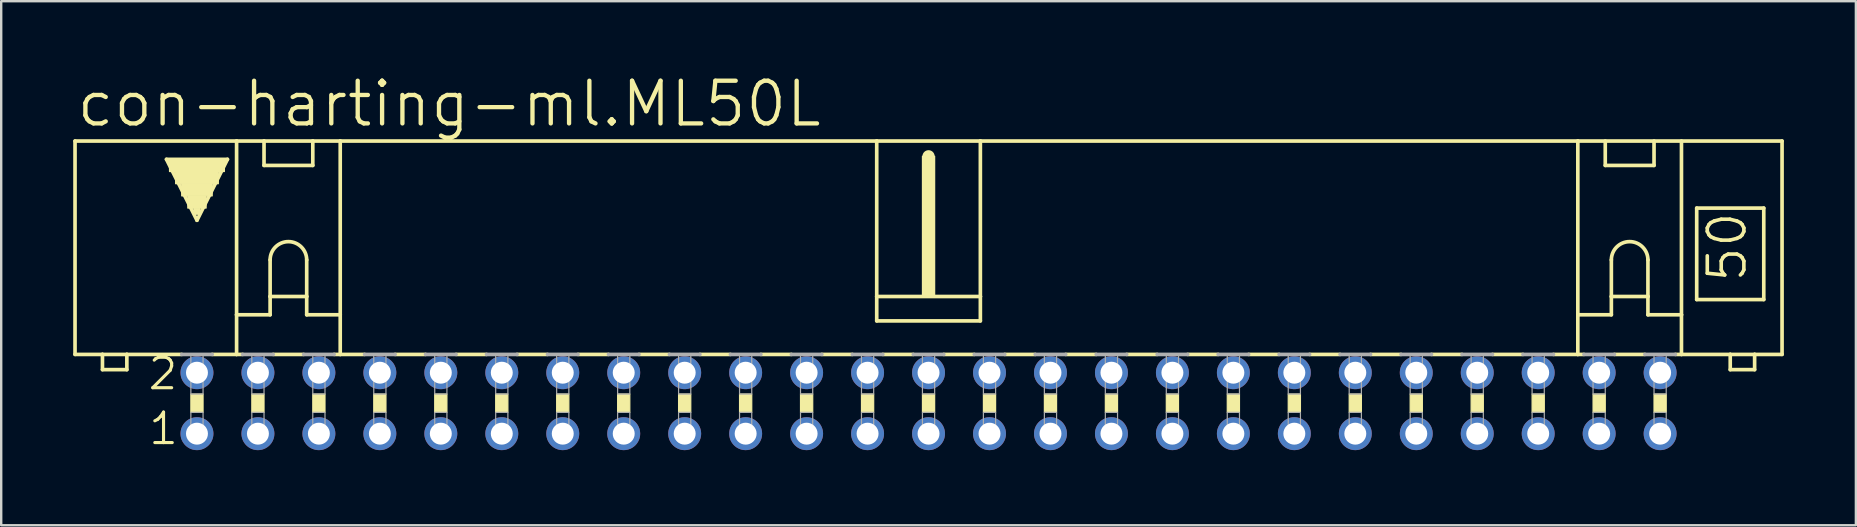
<source format=kicad_pcb>
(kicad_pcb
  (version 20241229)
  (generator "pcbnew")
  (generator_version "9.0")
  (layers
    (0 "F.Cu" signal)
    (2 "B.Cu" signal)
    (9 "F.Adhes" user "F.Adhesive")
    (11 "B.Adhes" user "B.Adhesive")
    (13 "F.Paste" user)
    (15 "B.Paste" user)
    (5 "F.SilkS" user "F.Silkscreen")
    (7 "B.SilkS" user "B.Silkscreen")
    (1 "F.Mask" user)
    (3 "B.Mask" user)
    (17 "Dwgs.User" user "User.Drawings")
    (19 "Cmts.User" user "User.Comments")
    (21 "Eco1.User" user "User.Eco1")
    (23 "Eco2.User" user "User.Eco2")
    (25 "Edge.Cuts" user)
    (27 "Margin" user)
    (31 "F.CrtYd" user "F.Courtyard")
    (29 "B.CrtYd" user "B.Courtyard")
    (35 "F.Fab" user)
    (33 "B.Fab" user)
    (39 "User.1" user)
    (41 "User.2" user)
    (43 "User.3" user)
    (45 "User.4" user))
  (footprint "con-harting-ml.ML50L"
    (layer "F.Cu")
    (at 35.636 13.748)
    (property "Reference" "con-harting-ml.ML50L" (at -35.585 -11.43 0) (layer "F.SilkS") (effects (font (size 1.778 1.778) (thickness 0.18)) (justify left bottom)))
    (attr through_hole)
    (fp_line (start -35.56 -10.922) (end -35.56 -2.032) (stroke (width 0.152) (type default)) (layer "F.SilkS"))
    (fp_line (start -34.417 -2.032) (end -35.56 -2.032) (stroke (width 0.152) (type default)) (layer "F.SilkS"))
    (fp_line (start -34.417 -2.032) (end -34.417 -1.397) (stroke (width 0.152) (type default)) (layer "F.SilkS"))
    (fp_line (start -33.401 -2.032) (end -34.417 -2.032) (stroke (width 0.152) (type default)) (layer "F.SilkS"))
    (fp_line (start -33.401 -1.397) (end -34.417 -1.397) (stroke (width 0.152) (type default)) (layer "F.SilkS"))
    (fp_line (start -33.401 -1.397) (end -33.401 -2.032) (stroke (width 0.152) (type default)) (layer "F.SilkS"))
    (fp_line (start -31.75 -10.16) (end -29.21 -10.16) (stroke (width 0.152) (type default)) (layer "F.SilkS"))
    (fp_line (start -31.115 -2.032) (end -33.401 -2.032) (stroke (width 0.152) (type default)) (layer "F.SilkS"))
    (fp_line (start -30.48 -7.62) (end -31.75 -10.16) (stroke (width 0.152) (type default)) (layer "F.SilkS"))
    (fp_line (start -29.845 -2.032) (end -28.829 -2.032) (stroke (width 0.152) (type default)) (layer "F.SilkS"))
    (fp_line (start -29.21 -10.16) (end -30.48 -7.62) (stroke (width 0.152) (type default)) (layer "F.SilkS"))
    (fp_line (start -28.829 -10.922) (end -35.56 -10.922) (stroke (width 0.152) (type default)) (layer "F.SilkS"))
    (fp_line (start -28.829 -10.922) (end -27.686 -10.922) (stroke (width 0.152) (type default)) (layer "F.SilkS"))
    (fp_line (start -28.829 -3.683) (end -28.829 -10.922) (stroke (width 0.152) (type default)) (layer "F.SilkS"))
    (fp_line (start -28.829 -3.683) (end -28.829 -2.032) (stroke (width 0.152) (type default)) (layer "F.SilkS"))
    (fp_line (start -28.829 -3.683) (end -27.432 -3.683) (stroke (width 0.152) (type default)) (layer "F.SilkS"))
    (fp_line (start -28.829 -2.032) (end -28.575 -2.032) (stroke (width 0.152) (type default)) (layer "F.SilkS"))
    (fp_line (start -27.686 -10.922) (end -25.654 -10.922) (stroke (width 0.152) (type default)) (layer "F.SilkS"))
    (fp_line (start -27.686 -9.906) (end -27.686 -10.922) (stroke (width 0.152) (type default)) (layer "F.SilkS"))
    (fp_line (start -27.686 -9.906) (end -25.654 -9.906) (stroke (width 0.152) (type default)) (layer "F.SilkS"))
    (fp_line (start -27.432 -5.969) (end -27.432 -4.445) (stroke (width 0.152) (type default)) (layer "F.SilkS"))
    (fp_line (start -27.432 -4.445) (end -27.432 -3.683) (stroke (width 0.152) (type default)) (layer "F.SilkS"))
    (fp_line (start -27.432 -4.445) (end -25.908 -4.445) (stroke (width 0.152) (type default)) (layer "F.SilkS"))
    (fp_line (start -27.305 -2.032) (end -26.035 -2.032) (stroke (width 0.152) (type default)) (layer "F.SilkS"))
    (fp_line (start -25.908 -5.969) (end -25.908 -4.445) (stroke (width 0.152) (type default)) (layer "F.SilkS"))
    (fp_line (start -25.908 -4.445) (end -25.908 -3.683) (stroke (width 0.152) (type default)) (layer "F.SilkS"))
    (fp_line (start -25.908 -3.683) (end -24.511 -3.683) (stroke (width 0.152) (type default)) (layer "F.SilkS"))
    (fp_line (start -25.654 -10.922) (end -25.654 -9.906) (stroke (width 0.152) (type default)) (layer "F.SilkS"))
    (fp_line (start -25.654 -10.922) (end -24.511 -10.922) (stroke (width 0.152) (type default)) (layer "F.SilkS"))
    (fp_line (start -24.511 -10.922) (end -2.159 -10.922) (stroke (width 0.152) (type default)) (layer "F.SilkS"))
    (fp_line (start -24.511 -3.683) (end -24.511 -10.922) (stroke (width 0.152) (type default)) (layer "F.SilkS"))
    (fp_line (start -24.511 -3.683) (end -24.511 -2.032) (stroke (width 0.152) (type default)) (layer "F.SilkS"))
    (fp_line (start -24.511 -2.032) (end -24.765 -2.032) (stroke (width 0.152) (type default)) (layer "F.SilkS"))
    (fp_line (start -24.511 -2.032) (end -23.495 -2.032) (stroke (width 0.152) (type default)) (layer "F.SilkS"))
    (fp_line (start -22.225 -2.032) (end -20.955 -2.032) (stroke (width 0.152) (type default)) (layer "F.SilkS"))
    (fp_line (start -19.685 -2.032) (end -18.415 -2.032) (stroke (width 0.152) (type default)) (layer "F.SilkS"))
    (fp_line (start -17.145 -2.032) (end -15.875 -2.032) (stroke (width 0.152) (type default)) (layer "F.SilkS"))
    (fp_line (start -14.605 -2.032) (end -13.335 -2.032) (stroke (width 0.152) (type default)) (layer "F.SilkS"))
    (fp_line (start -12.065 -2.032) (end -10.795 -2.032) (stroke (width 0.152) (type default)) (layer "F.SilkS"))
    (fp_line (start -9.525 -2.032) (end -8.255 -2.032) (stroke (width 0.152) (type default)) (layer "F.SilkS"))
    (fp_line (start -6.985 -2.032) (end -5.715 -2.032) (stroke (width 0.152) (type default)) (layer "F.SilkS"))
    (fp_line (start -4.445 -2.032) (end -3.175 -2.032) (stroke (width 0.152) (type default)) (layer "F.SilkS"))
    (fp_line (start -2.159 -10.922) (end -2.159 -4.445) (stroke (width 0.152) (type default)) (layer "F.SilkS"))
    (fp_line (start -2.159 -10.922) (end 2.159 -10.922) (stroke (width 0.152) (type default)) (layer "F.SilkS"))
    (fp_line (start -2.159 -4.445) (end -2.159 -3.429) (stroke (width 0.152) (type default)) (layer "F.SilkS"))
    (fp_line (start -1.905 -2.032) (end -0.635 -2.032) (stroke (width 0.152) (type default)) (layer "F.SilkS"))
    (fp_line (start 0 -10.033) (end 0 -10.287) (stroke (width 0.508) (type default)) (layer "F.SilkS"))
    (fp_line (start 0.635 -2.032) (end 1.905 -2.032) (stroke (width 0.152) (type default)) (layer "F.SilkS"))
    (fp_line (start 2.159 -10.922) (end 2.159 -4.445) (stroke (width 0.152) (type default)) (layer "F.SilkS"))
    (fp_line (start 2.159 -10.922) (end 27.051 -10.922) (stroke (width 0.152) (type default)) (layer "F.SilkS"))
    (fp_line (start 2.159 -4.445) (end -2.159 -4.445) (stroke (width 0.152) (type default)) (layer "F.SilkS"))
    (fp_line (start 2.159 -4.445) (end 2.159 -3.429) (stroke (width 0.152) (type default)) (layer "F.SilkS"))
    (fp_line (start 2.159 -3.429) (end -2.159 -3.429) (stroke (width 0.152) (type default)) (layer "F.SilkS"))
    (fp_line (start 3.175 -2.032) (end 4.445 -2.032) (stroke (width 0.152) (type default)) (layer "F.SilkS"))
    (fp_line (start 5.715 -2.032) (end 6.985 -2.032) (stroke (width 0.152) (type default)) (layer "F.SilkS"))
    (fp_line (start 8.255 -2.032) (end 9.525 -2.032) (stroke (width 0.152) (type default)) (layer "F.SilkS"))
    (fp_line (start 10.795 -2.032) (end 12.065 -2.032) (stroke (width 0.152) (type default)) (layer "F.SilkS"))
    (fp_line (start 13.335 -2.032) (end 14.605 -2.032) (stroke (width 0.152) (type default)) (layer "F.SilkS"))
    (fp_line (start 15.875 -2.032) (end 17.145 -2.032) (stroke (width 0.152) (type default)) (layer "F.SilkS"))
    (fp_line (start 18.415 -2.032) (end 19.685 -2.032) (stroke (width 0.152) (type default)) (layer "F.SilkS"))
    (fp_line (start 20.955 -2.032) (end 22.225 -2.032) (stroke (width 0.152) (type default)) (layer "F.SilkS"))
    (fp_line (start 23.495 -2.032) (end 24.765 -2.032) (stroke (width 0.152) (type default)) (layer "F.SilkS"))
    (fp_line (start 26.035 -2.032) (end 27.051 -2.032) (stroke (width 0.152) (type default)) (layer "F.SilkS"))
    (fp_line (start 27.051 -10.922) (end 35.56 -10.922) (stroke (width 0.152) (type default)) (layer "F.SilkS"))
    (fp_line (start 27.051 -3.683) (end 27.051 -10.922) (stroke (width 0.152) (type default)) (layer "F.SilkS"))
    (fp_line (start 27.051 -3.683) (end 27.051 -2.032) (stroke (width 0.152) (type default)) (layer "F.SilkS"))
    (fp_line (start 27.051 -3.683) (end 28.448 -3.683) (stroke (width 0.152) (type default)) (layer "F.SilkS"))
    (fp_line (start 27.051 -2.032) (end 27.305 -2.032) (stroke (width 0.152) (type default)) (layer "F.SilkS"))
    (fp_line (start 28.194 -9.906) (end 28.194 -10.922) (stroke (width 0.152) (type default)) (layer "F.SilkS"))
    (fp_line (start 28.194 -9.906) (end 30.226 -9.906) (stroke (width 0.152) (type default)) (layer "F.SilkS"))
    (fp_line (start 28.448 -5.969) (end 28.448 -4.445) (stroke (width 0.152) (type default)) (layer "F.SilkS"))
    (fp_line (start 28.448 -4.445) (end 28.448 -3.683) (stroke (width 0.152) (type default)) (layer "F.SilkS"))
    (fp_line (start 28.448 -4.445) (end 29.972 -4.445) (stroke (width 0.152) (type default)) (layer "F.SilkS"))
    (fp_line (start 28.575 -2.032) (end 29.845 -2.032) (stroke (width 0.152) (type default)) (layer "F.SilkS"))
    (fp_line (start 29.972 -5.969) (end 29.972 -4.445) (stroke (width 0.152) (type default)) (layer "F.SilkS"))
    (fp_line (start 29.972 -4.445) (end 29.972 -3.683) (stroke (width 0.152) (type default)) (layer "F.SilkS"))
    (fp_line (start 29.972 -3.683) (end 31.369 -3.683) (stroke (width 0.152) (type default)) (layer "F.SilkS"))
    (fp_line (start 30.226 -10.922) (end 30.226 -9.906) (stroke (width 0.152) (type default)) (layer "F.SilkS"))
    (fp_line (start 31.369 -3.683) (end 31.369 -10.922) (stroke (width 0.152) (type default)) (layer "F.SilkS"))
    (fp_line (start 31.369 -3.683) (end 31.369 -2.032) (stroke (width 0.152) (type default)) (layer "F.SilkS"))
    (fp_line (start 31.369 -2.032) (end 31.115 -2.032) (stroke (width 0.152) (type default)) (layer "F.SilkS"))
    (fp_line (start 32.004 -8.128) (end 32.004 -4.318) (stroke (width 0.152) (type default)) (layer "F.SilkS"))
    (fp_line (start 32.004 -8.128) (end 34.798 -8.128) (stroke (width 0.152) (type default)) (layer "F.SilkS"))
    (fp_line (start 32.004 -4.318) (end 34.798 -4.318) (stroke (width 0.152) (type default)) (layer "F.SilkS"))
    (fp_line (start 33.401 -2.032) (end 31.369 -2.032) (stroke (width 0.152) (type default)) (layer "F.SilkS"))
    (fp_line (start 33.401 -2.032) (end 33.401 -1.397) (stroke (width 0.152) (type default)) (layer "F.SilkS"))
    (fp_line (start 34.417 -2.032) (end 33.401 -2.032) (stroke (width 0.152) (type default)) (layer "F.SilkS"))
    (fp_line (start 34.417 -1.397) (end 33.401 -1.397) (stroke (width 0.152) (type default)) (layer "F.SilkS"))
    (fp_line (start 34.417 -1.397) (end 34.417 -2.032) (stroke (width 0.152) (type default)) (layer "F.SilkS"))
    (fp_line (start 34.798 -4.318) (end 34.798 -8.128) (stroke (width 0.152) (type default)) (layer "F.SilkS"))
    (fp_line (start 35.56 -2.032) (end 34.417 -2.032) (stroke (width 0.152) (type default)) (layer "F.SilkS"))
    (fp_line (start 35.56 -2.032) (end 35.56 -10.922) (stroke (width 0.152) (type default)) (layer "F.SilkS"))
    (fp_rect (start -31.623 -9.652) (end -29.337 -10.16) (stroke (width 0.05) (type default)) (fill yes) (layer "F.SilkS"))
    (fp_rect (start -31.369 -9.144) (end -29.591 -9.652) (stroke (width 0.05) (type default)) (fill yes) (layer "F.SilkS"))
    (fp_rect (start -31.115 -8.636) (end -29.845 -9.144) (stroke (width 0.05) (type default)) (fill yes) (layer "F.SilkS"))
    (fp_rect (start -30.861 -8.128) (end -30.099 -8.636) (stroke (width 0.05) (type default)) (fill yes) (layer "F.SilkS"))
    (fp_rect (start -30.734 0.381) (end -30.226 -0.381) (stroke (width 0.05) (type default)) (fill yes) (layer "F.SilkS"))
    (fp_rect (start -30.607 -7.874) (end -30.353 -8.128) (stroke (width 0.05) (type default)) (fill yes) (layer "F.SilkS"))
    (fp_rect (start -28.194 0.381) (end -27.686 -0.381) (stroke (width 0.05) (type default)) (fill yes) (layer "F.SilkS"))
    (fp_rect (start -25.654 0.381) (end -25.146 -0.381) (stroke (width 0.05) (type default)) (fill yes) (layer "F.SilkS"))
    (fp_rect (start -23.114 0.381) (end -22.606 -0.381) (stroke (width 0.05) (type default)) (fill yes) (layer "F.SilkS"))
    (fp_rect (start -20.574 0.381) (end -20.066 -0.381) (stroke (width 0.05) (type default)) (fill yes) (layer "F.SilkS"))
    (fp_rect (start -18.034 0.381) (end -17.526 -0.381) (stroke (width 0.05) (type default)) (fill yes) (layer "F.SilkS"))
    (fp_rect (start -15.494 0.381) (end -14.986 -0.381) (stroke (width 0.05) (type default)) (fill yes) (layer "F.SilkS"))
    (fp_rect (start -12.954 0.381) (end -12.446 -0.381) (stroke (width 0.05) (type default)) (fill yes) (layer "F.SilkS"))
    (fp_rect (start -10.414 0.381) (end -9.906 -0.381) (stroke (width 0.05) (type default)) (fill yes) (layer "F.SilkS"))
    (fp_rect (start -7.874 0.381) (end -7.366 -0.381) (stroke (width 0.05) (type default)) (fill yes) (layer "F.SilkS"))
    (fp_rect (start -5.334 0.381) (end -4.826 -0.381) (stroke (width 0.05) (type default)) (fill yes) (layer "F.SilkS"))
    (fp_rect (start -2.794 0.381) (end -2.286 -0.381) (stroke (width 0.05) (type default)) (fill yes) (layer "F.SilkS"))
    (fp_rect (start -0.254 -4.445) (end 0.254 -10.287) (stroke (width 0.05) (type default)) (fill yes) (layer "F.SilkS"))
    (fp_rect (start -0.254 0.381) (end 0.254 -0.381) (stroke (width 0.05) (type default)) (fill yes) (layer "F.SilkS"))
    (fp_rect (start 2.286 0.381) (end 2.794 -0.381) (stroke (width 0.05) (type default)) (fill yes) (layer "F.SilkS"))
    (fp_rect (start 4.826 0.381) (end 5.334 -0.381) (stroke (width 0.05) (type default)) (fill yes) (layer "F.SilkS"))
    (fp_rect (start 7.366 0.381) (end 7.874 -0.381) (stroke (width 0.05) (type default)) (fill yes) (layer "F.SilkS"))
    (fp_rect (start 9.906 0.381) (end 10.414 -0.381) (stroke (width 0.05) (type default)) (fill yes) (layer "F.SilkS"))
    (fp_rect (start 12.446 0.381) (end 12.954 -0.381) (stroke (width 0.05) (type default)) (fill yes) (layer "F.SilkS"))
    (fp_rect (start 14.986 0.381) (end 15.494 -0.381) (stroke (width 0.05) (type default)) (fill yes) (layer "F.SilkS"))
    (fp_rect (start 17.526 0.381) (end 18.034 -0.381) (stroke (width 0.05) (type default)) (fill yes) (layer "F.SilkS"))
    (fp_rect (start 20.066 0.381) (end 20.574 -0.381) (stroke (width 0.05) (type default)) (fill yes) (layer "F.SilkS"))
    (fp_rect (start 22.606 0.381) (end 23.114 -0.381) (stroke (width 0.05) (type default)) (fill yes) (layer "F.SilkS"))
    (fp_rect (start 25.146 0.381) (end 25.654 -0.381) (stroke (width 0.05) (type default)) (fill yes) (layer "F.SilkS"))
    (fp_rect (start 27.686 0.381) (end 28.194 -0.381) (stroke (width 0.05) (type default)) (fill yes) (layer "F.SilkS"))
    (fp_rect (start 30.226 0.381) (end 30.734 -0.381) (stroke (width 0.05) (type default)) (fill yes) (layer "F.SilkS"))
    (fp_arc (start -27.432 -5.969) (mid -26.67 -6.731) (end -25.908 -5.969) (stroke (width 0.1524) (type default)) (layer "F.SilkS"))
    (fp_arc (start 28.448 -5.969) (mid 29.21 -6.731) (end 29.972 -5.969) (stroke (width 0.1524) (type default)) (layer "F.SilkS"))
    (fp_line (start -31.115 -2.032) (end -29.845 -2.032) (stroke (width 0.152) (type default)) (layer "F.Fab"))
    (fp_line (start -28.575 -2.032) (end -27.305 -2.032) (stroke (width 0.152) (type default)) (layer "F.Fab"))
    (fp_line (start -26.035 -2.032) (end -24.765 -2.032) (stroke (width 0.152) (type default)) (layer "F.Fab"))
    (fp_line (start -23.495 -2.032) (end -22.225 -2.032) (stroke (width 0.152) (type default)) (layer "F.Fab"))
    (fp_line (start -20.955 -2.032) (end -19.685 -2.032) (stroke (width 0.152) (type default)) (layer "F.Fab"))
    (fp_line (start -18.415 -2.032) (end -17.145 -2.032) (stroke (width 0.152) (type default)) (layer "F.Fab"))
    (fp_line (start -15.875 -2.032) (end -14.605 -2.032) (stroke (width 0.152) (type default)) (layer "F.Fab"))
    (fp_line (start -13.335 -2.032) (end -12.065 -2.032) (stroke (width 0.152) (type default)) (layer "F.Fab"))
    (fp_line (start -10.795 -2.032) (end -9.525 -2.032) (stroke (width 0.152) (type default)) (layer "F.Fab"))
    (fp_line (start -8.255 -2.032) (end -6.985 -2.032) (stroke (width 0.152) (type default)) (layer "F.Fab"))
    (fp_line (start -5.715 -2.032) (end -4.445 -2.032) (stroke (width 0.152) (type default)) (layer "F.Fab"))
    (fp_line (start -3.175 -2.032) (end -1.905 -2.032) (stroke (width 0.152) (type default)) (layer "F.Fab"))
    (fp_line (start -0.635 -2.032) (end 0.635 -2.032) (stroke (width 0.152) (type default)) (layer "F.Fab"))
    (fp_line (start 1.905 -2.032) (end 3.175 -2.032) (stroke (width 0.152) (type default)) (layer "F.Fab"))
    (fp_line (start 4.445 -2.032) (end 5.715 -2.032) (stroke (width 0.152) (type default)) (layer "F.Fab"))
    (fp_line (start 6.985 -2.032) (end 8.255 -2.032) (stroke (width 0.152) (type default)) (layer "F.Fab"))
    (fp_line (start 9.525 -2.032) (end 10.795 -2.032) (stroke (width 0.152) (type default)) (layer "F.Fab"))
    (fp_line (start 13.335 -2.032) (end 12.065 -2.032) (stroke (width 0.152) (type default)) (layer "F.Fab"))
    (fp_line (start 15.875 -2.032) (end 14.605 -2.032) (stroke (width 0.152) (type default)) (layer "F.Fab"))
    (fp_line (start 18.415 -2.032) (end 17.145 -2.032) (stroke (width 0.152) (type default)) (layer "F.Fab"))
    (fp_line (start 20.955 -2.032) (end 19.685 -2.032) (stroke (width 0.152) (type default)) (layer "F.Fab"))
    (fp_line (start 23.495 -2.032) (end 22.225 -2.032) (stroke (width 0.152) (type default)) (layer "F.Fab"))
    (fp_line (start 26.035 -2.032) (end 24.765 -2.032) (stroke (width 0.152) (type default)) (layer "F.Fab"))
    (fp_line (start 28.575 -2.032) (end 27.305 -2.032) (stroke (width 0.152) (type default)) (layer "F.Fab"))
    (fp_line (start 31.115 -2.032) (end 29.845 -2.032) (stroke (width 0.152) (type default)) (layer "F.Fab"))
    (fp_rect (start -30.734 -0.381) (end -30.226 -2.032) (stroke (width 0.05) (type default)) (fill no) (layer "F.Fab"))
    (fp_rect (start -30.734 1.524) (end -30.226 0.381) (stroke (width 0.05) (type default)) (fill no) (layer "F.Fab"))
    (fp_rect (start -28.194 -0.381) (end -27.686 -2.032) (stroke (width 0.05) (type default)) (fill no) (layer "F.Fab"))
    (fp_rect (start -28.194 1.524) (end -27.686 0.381) (stroke (width 0.05) (type default)) (fill no) (layer "F.Fab"))
    (fp_rect (start -25.654 -0.381) (end -25.146 -2.032) (stroke (width 0.05) (type default)) (fill no) (layer "F.Fab"))
    (fp_rect (start -25.654 1.524) (end -25.146 0.381) (stroke (width 0.05) (type default)) (fill no) (layer "F.Fab"))
    (fp_rect (start -23.114 -0.381) (end -22.606 -2.032) (stroke (width 0.05) (type default)) (fill no) (layer "F.Fab"))
    (fp_rect (start -23.114 1.524) (end -22.606 0.381) (stroke (width 0.05) (type default)) (fill no) (layer "F.Fab"))
    (fp_rect (start -20.574 -0.381) (end -20.066 -2.032) (stroke (width 0.05) (type default)) (fill no) (layer "F.Fab"))
    (fp_rect (start -20.574 1.524) (end -20.066 0.381) (stroke (width 0.05) (type default)) (fill no) (layer "F.Fab"))
    (fp_rect (start -18.034 -0.381) (end -17.526 -2.032) (stroke (width 0.05) (type default)) (fill no) (layer "F.Fab"))
    (fp_rect (start -18.034 1.524) (end -17.526 0.381) (stroke (width 0.05) (type default)) (fill no) (layer "F.Fab"))
    (fp_rect (start -15.494 -0.381) (end -14.986 -2.032) (stroke (width 0.05) (type default)) (fill no) (layer "F.Fab"))
    (fp_rect (start -15.494 1.524) (end -14.986 0.381) (stroke (width 0.05) (type default)) (fill no) (layer "F.Fab"))
    (fp_rect (start -12.954 -0.381) (end -12.446 -2.032) (stroke (width 0.05) (type default)) (fill no) (layer "F.Fab"))
    (fp_rect (start -12.954 1.524) (end -12.446 0.381) (stroke (width 0.05) (type default)) (fill no) (layer "F.Fab"))
    (fp_rect (start -10.414 -0.381) (end -9.906 -2.032) (stroke (width 0.05) (type default)) (fill no) (layer "F.Fab"))
    (fp_rect (start -10.414 1.524) (end -9.906 0.381) (stroke (width 0.05) (type default)) (fill no) (layer "F.Fab"))
    (fp_rect (start -7.874 -0.381) (end -7.366 -2.032) (stroke (width 0.05) (type default)) (fill no) (layer "F.Fab"))
    (fp_rect (start -7.874 1.524) (end -7.366 0.381) (stroke (width 0.05) (type default)) (fill no) (layer "F.Fab"))
    (fp_rect (start -5.334 -0.381) (end -4.826 -2.032) (stroke (width 0.05) (type default)) (fill no) (layer "F.Fab"))
    (fp_rect (start -5.334 1.524) (end -4.826 0.381) (stroke (width 0.05) (type default)) (fill no) (layer "F.Fab"))
    (fp_rect (start -2.794 -0.381) (end -2.286 -2.032) (stroke (width 0.05) (type default)) (fill no) (layer "F.Fab"))
    (fp_rect (start -2.794 1.524) (end -2.286 0.381) (stroke (width 0.05) (type default)) (fill no) (layer "F.Fab"))
    (fp_rect (start -0.254 -0.381) (end 0.254 -2.032) (stroke (width 0.05) (type default)) (fill no) (layer "F.Fab"))
    (fp_rect (start -0.254 1.524) (end 0.254 0.381) (stroke (width 0.05) (type default)) (fill no) (layer "F.Fab"))
    (fp_rect (start 2.286 -0.381) (end 2.794 -2.032) (stroke (width 0.05) (type default)) (fill no) (layer "F.Fab"))
    (fp_rect (start 2.286 1.524) (end 2.794 0.381) (stroke (width 0.05) (type default)) (fill no) (layer "F.Fab"))
    (fp_rect (start 4.826 -0.381) (end 5.334 -2.032) (stroke (width 0.05) (type default)) (fill no) (layer "F.Fab"))
    (fp_rect (start 4.826 1.524) (end 5.334 0.381) (stroke (width 0.05) (type default)) (fill no) (layer "F.Fab"))
    (fp_rect (start 7.366 -0.381) (end 7.874 -2.032) (stroke (width 0.05) (type default)) (fill no) (layer "F.Fab"))
    (fp_rect (start 7.366 1.524) (end 7.874 0.381) (stroke (width 0.05) (type default)) (fill no) (layer "F.Fab"))
    (fp_rect (start 9.906 -0.381) (end 10.414 -2.032) (stroke (width 0.05) (type default)) (fill no) (layer "F.Fab"))
    (fp_rect (start 9.906 1.524) (end 10.414 0.381) (stroke (width 0.05) (type default)) (fill no) (layer "F.Fab"))
    (fp_rect (start 12.446 -0.381) (end 12.954 -2.032) (stroke (width 0.05) (type default)) (fill no) (layer "F.Fab"))
    (fp_rect (start 12.446 1.524) (end 12.954 0.381) (stroke (width 0.05) (type default)) (fill no) (layer "F.Fab"))
    (fp_rect (start 14.986 -0.381) (end 15.494 -2.032) (stroke (width 0.05) (type default)) (fill no) (layer "F.Fab"))
    (fp_rect (start 14.986 1.524) (end 15.494 0.381) (stroke (width 0.05) (type default)) (fill no) (layer "F.Fab"))
    (fp_rect (start 17.526 -0.381) (end 18.034 -2.032) (stroke (width 0.05) (type default)) (fill no) (layer "F.Fab"))
    (fp_rect (start 17.526 1.524) (end 18.034 0.381) (stroke (width 0.05) (type default)) (fill no) (layer "F.Fab"))
    (fp_rect (start 20.066 -0.381) (end 20.574 -2.032) (stroke (width 0.05) (type default)) (fill no) (layer "F.Fab"))
    (fp_rect (start 20.066 1.524) (end 20.574 0.381) (stroke (width 0.05) (type default)) (fill no) (layer "F.Fab"))
    (fp_rect (start 22.606 -0.381) (end 23.114 -2.032) (stroke (width 0.05) (type default)) (fill no) (layer "F.Fab"))
    (fp_rect (start 22.606 1.524) (end 23.114 0.381) (stroke (width 0.05) (type default)) (fill no) (layer "F.Fab"))
    (fp_rect (start 25.146 -0.381) (end 25.654 -2.032) (stroke (width 0.05) (type default)) (fill no) (layer "F.Fab"))
    (fp_rect (start 25.146 1.524) (end 25.654 0.381) (stroke (width 0.05) (type default)) (fill no) (layer "F.Fab"))
    (fp_rect (start 27.686 -0.381) (end 28.194 -2.032) (stroke (width 0.05) (type default)) (fill no) (layer "F.Fab"))
    (fp_rect (start 27.686 1.524) (end 28.194 0.381) (stroke (width 0.05) (type default)) (fill no) (layer "F.Fab"))
    (fp_rect (start 30.226 -0.381) (end 30.734 -2.032) (stroke (width 0.05) (type default)) (fill no) (layer "F.Fab"))
    (fp_rect (start 30.226 1.524) (end 30.734 0.381) (stroke (width 0.05) (type default)) (fill no) (layer "F.Fab"))
    (fp_text user "50" (at 34.163 -4.953 90) (layer "F.SilkS") (effects (font (size 1.524 1.524) (thickness 0.15)) (justify left bottom)))
    (fp_text user "1" (at -32.563 1.803 0) (layer "F.SilkS") (effects (font (size 1.27 1.27) (thickness 0.13)) (justify left bottom)))
    (fp_text user "2" (at -32.588 -0.483 0) (layer "F.SilkS") (effects (font (size 1.27 1.27) (thickness 0.13)) (justify left bottom)))
    (pad "1" thru_hole circle (at -30.48 1.27) (size 1.372 1.372) (drill 0.914) (layers "*.Cu" "*.Mask"))
    (pad "2" thru_hole circle (at -30.48 -1.27) (size 1.372 1.372) (drill 0.914) (layers "*.Cu" "*.Mask"))
    (pad "3" thru_hole circle (at -27.94 1.27) (size 1.372 1.372) (drill 0.914) (layers "*.Cu" "*.Mask"))
    (pad "4" thru_hole circle (at -27.94 -1.27) (size 1.372 1.372) (drill 0.914) (layers "*.Cu" "*.Mask"))
    (pad "5" thru_hole circle (at -25.4 1.27) (size 1.372 1.372) (drill 0.914) (layers "*.Cu" "*.Mask"))
    (pad "6" thru_hole circle (at -25.4 -1.27) (size 1.372 1.372) (drill 0.914) (layers "*.Cu" "*.Mask"))
    (pad "7" thru_hole circle (at -22.86 1.27) (size 1.372 1.372) (drill 0.914) (layers "*.Cu" "*.Mask"))
    (pad "8" thru_hole circle (at -22.86 -1.27) (size 1.372 1.372) (drill 0.914) (layers "*.Cu" "*.Mask"))
    (pad "9" thru_hole circle (at -20.32 1.27) (size 1.372 1.372) (drill 0.914) (layers "*.Cu" "*.Mask"))
    (pad "10" thru_hole circle (at -20.32 -1.27) (size 1.372 1.372) (drill 0.914) (layers "*.Cu" "*.Mask"))
    (pad "11" thru_hole circle (at -17.78 1.27) (size 1.372 1.372) (drill 0.914) (layers "*.Cu" "*.Mask"))
    (pad "12" thru_hole circle (at -17.78 -1.27) (size 1.372 1.372) (drill 0.914) (layers "*.Cu" "*.Mask"))
    (pad "13" thru_hole circle (at -15.24 1.27) (size 1.372 1.372) (drill 0.914) (layers "*.Cu" "*.Mask"))
    (pad "14" thru_hole circle (at -15.24 -1.27) (size 1.372 1.372) (drill 0.914) (layers "*.Cu" "*.Mask"))
    (pad "15" thru_hole circle (at -12.7 1.27) (size 1.372 1.372) (drill 0.914) (layers "*.Cu" "*.Mask"))
    (pad "16" thru_hole circle (at -12.7 -1.27) (size 1.372 1.372) (drill 0.914) (layers "*.Cu" "*.Mask"))
    (pad "17" thru_hole circle (at -10.16 1.27) (size 1.372 1.372) (drill 0.914) (layers "*.Cu" "*.Mask"))
    (pad "18" thru_hole circle (at -10.16 -1.27) (size 1.372 1.372) (drill 0.914) (layers "*.Cu" "*.Mask"))
    (pad "19" thru_hole circle (at -7.62 1.27) (size 1.372 1.372) (drill 0.914) (layers "*.Cu" "*.Mask"))
    (pad "20" thru_hole circle (at -7.62 -1.27) (size 1.372 1.372) (drill 0.914) (layers "*.Cu" "*.Mask"))
    (pad "21" thru_hole circle (at -5.08 1.27) (size 1.372 1.372) (drill 0.914) (layers "*.Cu" "*.Mask"))
    (pad "22" thru_hole circle (at -5.08 -1.27) (size 1.372 1.372) (drill 0.914) (layers "*.Cu" "*.Mask"))
    (pad "23" thru_hole circle (at -2.54 1.27) (size 1.372 1.372) (drill 0.914) (layers "*.Cu" "*.Mask"))
    (pad "24" thru_hole circle (at -2.54 -1.27) (size 1.372 1.372) (drill 0.914) (layers "*.Cu" "*.Mask"))
    (pad "25" thru_hole circle (at 0 1.27) (size 1.372 1.372) (drill 0.914) (layers "*.Cu" "*.Mask"))
    (pad "26" thru_hole circle (at 0 -1.27) (size 1.372 1.372) (drill 0.914) (layers "*.Cu" "*.Mask"))
    (pad "27" thru_hole circle (at 2.54 1.27) (size 1.372 1.372) (drill 0.914) (layers "*.Cu" "*.Mask"))
    (pad "28" thru_hole circle (at 2.54 -1.27) (size 1.372 1.372) (drill 0.914) (layers "*.Cu" "*.Mask"))
    (pad "29" thru_hole circle (at 5.08 1.27) (size 1.372 1.372) (drill 0.914) (layers "*.Cu" "*.Mask"))
    (pad "30" thru_hole circle (at 5.08 -1.27) (size 1.372 1.372) (drill 0.914) (layers "*.Cu" "*.Mask"))
    (pad "31" thru_hole circle (at 7.62 1.27) (size 1.372 1.372) (drill 0.914) (layers "*.Cu" "*.Mask"))
    (pad "32" thru_hole circle (at 7.62 -1.27) (size 1.372 1.372) (drill 0.914) (layers "*.Cu" "*.Mask"))
    (pad "33" thru_hole circle (at 10.16 1.27) (size 1.372 1.372) (drill 0.914) (layers "*.Cu" "*.Mask"))
    (pad "34" thru_hole circle (at 10.16 -1.27) (size 1.372 1.372) (drill 0.914) (layers "*.Cu" "*.Mask"))
    (pad "35" thru_hole circle (at 12.7 1.27) (size 1.372 1.372) (drill 0.914) (layers "*.Cu" "*.Mask"))
    (pad "36" thru_hole circle (at 12.7 -1.27) (size 1.372 1.372) (drill 0.914) (layers "*.Cu" "*.Mask"))
    (pad "37" thru_hole circle (at 15.24 1.27) (size 1.372 1.372) (drill 0.914) (layers "*.Cu" "*.Mask"))
    (pad "38" thru_hole circle (at 15.24 -1.27) (size 1.372 1.372) (drill 0.914) (layers "*.Cu" "*.Mask"))
    (pad "39" thru_hole circle (at 17.78 1.27) (size 1.372 1.372) (drill 0.914) (layers "*.Cu" "*.Mask"))
    (pad "40" thru_hole circle (at 17.78 -1.27) (size 1.372 1.372) (drill 0.914) (layers "*.Cu" "*.Mask"))
    (pad "41" thru_hole circle (at 20.32 1.27) (size 1.372 1.372) (drill 0.914) (layers "*.Cu" "*.Mask"))
    (pad "42" thru_hole circle (at 20.32 -1.27) (size 1.372 1.372) (drill 0.914) (layers "*.Cu" "*.Mask"))
    (pad "43" thru_hole circle (at 22.86 1.27) (size 1.372 1.372) (drill 0.914) (layers "*.Cu" "*.Mask"))
    (pad "44" thru_hole circle (at 22.86 -1.27) (size 1.372 1.372) (drill 0.914) (layers "*.Cu" "*.Mask"))
    (pad "45" thru_hole circle (at 25.4 1.27) (size 1.372 1.372) (drill 0.914) (layers "*.Cu" "*.Mask"))
    (pad "46" thru_hole circle (at 25.4 -1.27) (size 1.372 1.372) (drill 0.914) (layers "*.Cu" "*.Mask"))
    (pad "47" thru_hole circle (at 27.94 1.27) (size 1.372 1.372) (drill 0.914) (layers "*.Cu" "*.Mask"))
    (pad "48" thru_hole circle (at 27.94 -1.27) (size 1.372 1.372) (drill 0.914) (layers "*.Cu" "*.Mask"))
    (pad "49" thru_hole circle (at 30.48 1.27) (size 1.372 1.372) (drill 0.914) (layers "*.Cu" "*.Mask"))
    (pad "50" thru_hole circle (at 30.48 -1.27) (size 1.372 1.372) (drill 0.914) (layers "*.Cu" "*.Mask")))
  (gr_rect
    (start -3 -3)
    (end 74.272 18.834)
    (stroke (width 0.1) (type default))
    (fill no)
    (layer "Edge.Cuts")))
</source>
